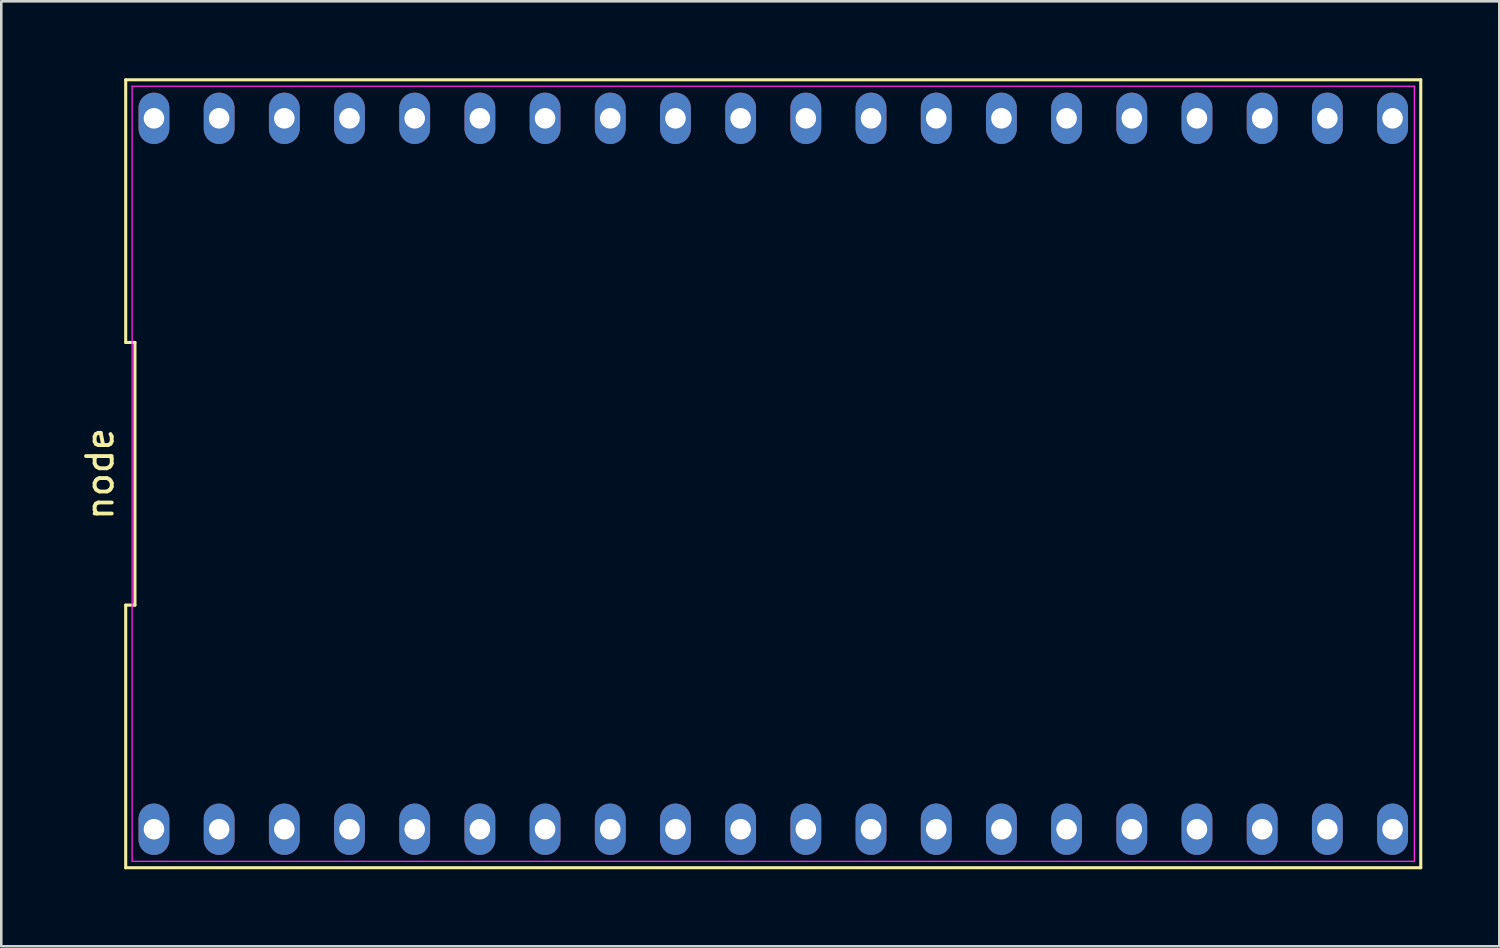
<source format=kicad_pcb>
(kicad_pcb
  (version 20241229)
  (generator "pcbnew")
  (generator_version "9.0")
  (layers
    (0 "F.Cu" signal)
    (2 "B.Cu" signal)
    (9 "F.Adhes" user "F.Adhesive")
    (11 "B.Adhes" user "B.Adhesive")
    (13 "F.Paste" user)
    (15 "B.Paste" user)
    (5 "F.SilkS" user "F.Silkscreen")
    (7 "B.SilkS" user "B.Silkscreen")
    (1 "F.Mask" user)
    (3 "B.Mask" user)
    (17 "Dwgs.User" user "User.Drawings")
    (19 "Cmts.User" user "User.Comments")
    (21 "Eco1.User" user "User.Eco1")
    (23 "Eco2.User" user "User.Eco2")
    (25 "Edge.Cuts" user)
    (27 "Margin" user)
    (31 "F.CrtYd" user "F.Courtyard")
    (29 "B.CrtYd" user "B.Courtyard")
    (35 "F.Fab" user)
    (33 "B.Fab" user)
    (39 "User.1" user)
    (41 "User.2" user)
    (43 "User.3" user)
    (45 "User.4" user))
  (footprint "node"
    (layer "F.Cu")
    (at 27.078 15.41)
    (property "Reference" "node" (at -26.23 0 90) (layer "F.SilkS") (effects (font (size 1 1) (thickness 0.15))))
    (attr through_hole)
    (fp_line (start -25.23 -15.35) (end -25.23 -5.117) (stroke (width 0.12) (type solid)) (layer "F.SilkS"))
    (fp_line (start -25.23 -5.117) (end -24.87 -5.117) (stroke (width 0.12) (type solid)) (layer "F.SilkS"))
    (fp_line (start -25.23 5.117) (end -25.23 15.35) (stroke (width 0.12) (type solid)) (layer "F.SilkS"))
    (fp_line (start -25.23 15.35) (end 25.23 15.35) (stroke (width 0.12) (type solid)) (layer "F.SilkS"))
    (fp_line (start -24.87 -5.117) (end -24.87 5.117) (stroke (width 0.12) (type solid)) (layer "F.SilkS"))
    (fp_line (start -24.87 5.117) (end -25.23 5.117) (stroke (width 0.12) (type solid)) (layer "F.SilkS"))
    (fp_line (start 25.23 -15.35) (end -25.23 -15.35) (stroke (width 0.12) (type solid)) (layer "F.SilkS"))
    (fp_line (start 25.23 15.35) (end 25.23 -15.35) (stroke (width 0.12) (type solid)) (layer "F.SilkS"))
    (fp_line (start -24.98 -15.1) (end 24.98 -15.1) (stroke (width 0.05) (type solid)) (layer "F.CrtYd"))
    (fp_line (start -24.98 15.1) (end -24.98 -15.1) (stroke (width 0.05) (type solid)) (layer "F.CrtYd"))
    (fp_line (start 24.98 -15.1) (end 24.98 15.1) (stroke (width 0.05) (type solid)) (layer "F.CrtYd"))
    (fp_line (start 24.98 15.1) (end -24.98 15.1) (stroke (width 0.05) (type solid)) (layer "F.CrtYd"))
    (pad "1" thru_hole oval (at -24.13 13.85) (size 1.2 2) (drill 0.8) (layers "*.Cu" "*.Mask"))
    (pad "2" thru_hole oval (at -21.59 13.85) (size 1.2 2) (drill 0.8) (layers "*.Cu" "*.Mask"))
    (pad "3" thru_hole oval (at -19.05 13.85) (size 1.2 2) (drill 0.8) (layers "*.Cu" "*.Mask"))
    (pad "4" thru_hole oval (at -16.51 13.85) (size 1.2 2) (drill 0.8) (layers "*.Cu" "*.Mask"))
    (pad "5" thru_hole oval (at -13.97 13.85) (size 1.2 2) (drill 0.8) (layers "*.Cu" "*.Mask"))
    (pad "6" thru_hole oval (at -11.43 13.85) (size 1.2 2) (drill 0.8) (layers "*.Cu" "*.Mask"))
    (pad "7" thru_hole oval (at -8.89 13.85) (size 1.2 2) (drill 0.8) (layers "*.Cu" "*.Mask"))
    (pad "8" thru_hole oval (at -6.35 13.85) (size 1.2 2) (drill 0.8) (layers "*.Cu" "*.Mask"))
    (pad "9" thru_hole oval (at -3.81 13.85) (size 1.2 2) (drill 0.8) (layers "*.Cu" "*.Mask"))
    (pad "10" thru_hole oval (at -1.27 13.85) (size 1.2 2) (drill 0.8) (layers "*.Cu" "*.Mask"))
    (pad "11" thru_hole oval (at 1.27 13.85) (size 1.2 2) (drill 0.8) (layers "*.Cu" "*.Mask"))
    (pad "12" thru_hole oval (at 3.81 13.85) (size 1.2 2) (drill 0.8) (layers "*.Cu" "*.Mask"))
    (pad "13" thru_hole oval (at 6.35 13.85) (size 1.2 2) (drill 0.8) (layers "*.Cu" "*.Mask"))
    (pad "14" thru_hole oval (at 8.89 13.85) (size 1.2 2) (drill 0.8) (layers "*.Cu" "*.Mask"))
    (pad "15" thru_hole oval (at 11.43 13.85) (size 1.2 2) (drill 0.8) (layers "*.Cu" "*.Mask"))
    (pad "16" thru_hole oval (at 13.97 13.85) (size 1.2 2) (drill 0.8) (layers "*.Cu" "*.Mask"))
    (pad "17" thru_hole oval (at 16.51 13.85) (size 1.2 2) (drill 0.8) (layers "*.Cu" "*.Mask"))
    (pad "18" thru_hole oval (at 19.05 13.85) (size 1.2 2) (drill 0.8) (layers "*.Cu" "*.Mask"))
    (pad "19" thru_hole oval (at 21.59 13.85) (size 1.2 2) (drill 0.8) (layers "*.Cu" "*.Mask"))
    (pad "20" thru_hole oval (at 24.13 13.85) (size 1.2 2) (drill 0.8) (layers "*.Cu" "*.Mask"))
    (pad "21" thru_hole oval (at 24.13 -13.85) (size 1.2 2) (drill 0.8) (layers "*.Cu" "*.Mask"))
    (pad "22" thru_hole oval (at 21.59 -13.85) (size 1.2 2) (drill 0.8) (layers "*.Cu" "*.Mask"))
    (pad "23" thru_hole oval (at 19.05 -13.85) (size 1.2 2) (drill 0.8) (layers "*.Cu" "*.Mask"))
    (pad "24" thru_hole oval (at 16.51 -13.85) (size 1.2 2) (drill 0.8) (layers "*.Cu" "*.Mask"))
    (pad "25" thru_hole oval (at 13.97 -13.85) (size 1.2 2) (drill 0.8) (layers "*.Cu" "*.Mask"))
    (pad "26" thru_hole oval (at 11.43 -13.85) (size 1.2 2) (drill 0.8) (layers "*.Cu" "*.Mask"))
    (pad "27" thru_hole oval (at 8.89 -13.85) (size 1.2 2) (drill 0.8) (layers "*.Cu" "*.Mask"))
    (pad "28" thru_hole oval (at 6.35 -13.85) (size 1.2 2) (drill 0.8) (layers "*.Cu" "*.Mask"))
    (pad "29" thru_hole oval (at 3.81 -13.85) (size 1.2 2) (drill 0.8) (layers "*.Cu" "*.Mask"))
    (pad "30" thru_hole oval (at 1.27 -13.85) (size 1.2 2) (drill 0.8) (layers "*.Cu" "*.Mask"))
    (pad "31" thru_hole oval (at -1.27 -13.85) (size 1.2 2) (drill 0.8) (layers "*.Cu" "*.Mask"))
    (pad "32" thru_hole oval (at -3.81 -13.85) (size 1.2 2) (drill 0.8) (layers "*.Cu" "*.Mask"))
    (pad "33" thru_hole oval (at -6.35 -13.85) (size 1.2 2) (drill 0.8) (layers "*.Cu" "*.Mask"))
    (pad "34" thru_hole oval (at -8.89 -13.85) (size 1.2 2) (drill 0.8) (layers "*.Cu" "*.Mask"))
    (pad "35" thru_hole oval (at -11.43 -13.85) (size 1.2 2) (drill 0.8) (layers "*.Cu" "*.Mask"))
    (pad "36" thru_hole oval (at -13.97 -13.85) (size 1.2 2) (drill 0.8) (layers "*.Cu" "*.Mask"))
    (pad "37" thru_hole oval (at -16.51 -13.85) (size 1.2 2) (drill 0.8) (layers "*.Cu" "*.Mask"))
    (pad "38" thru_hole oval (at -19.05 -13.85) (size 1.2 2) (drill 0.8) (layers "*.Cu" "*.Mask"))
    (pad "39" thru_hole oval (at -21.59 -13.85) (size 1.2 2) (drill 0.8) (layers "*.Cu" "*.Mask"))
    (pad "40" thru_hole oval (at -24.13 -13.85) (size 1.2 2) (drill 0.8) (layers "*.Cu" "*.Mask")))
  (gr_rect
    (start -3 -3)
    (end 55.368 33.82)
    (stroke (width 0.1) (type default))
    (fill no)
    (layer "Edge.Cuts")))
</source>
